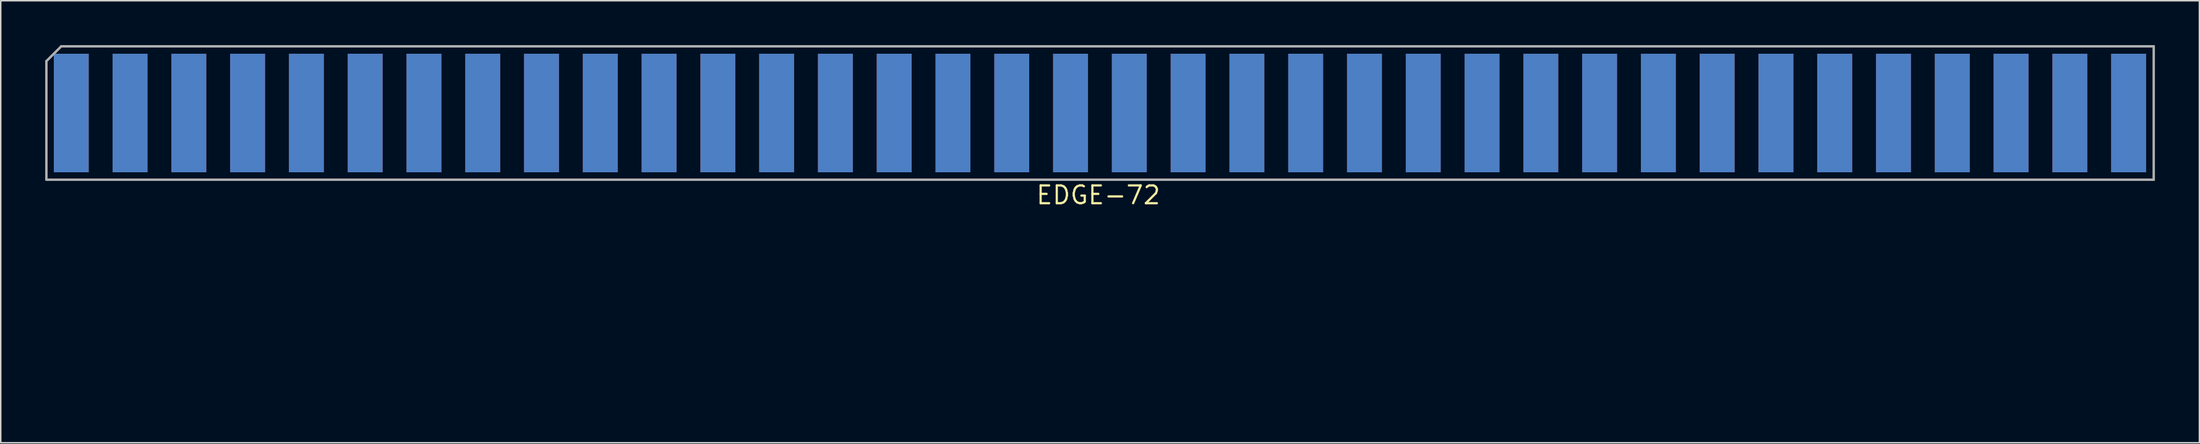
<source format=kicad_pcb>
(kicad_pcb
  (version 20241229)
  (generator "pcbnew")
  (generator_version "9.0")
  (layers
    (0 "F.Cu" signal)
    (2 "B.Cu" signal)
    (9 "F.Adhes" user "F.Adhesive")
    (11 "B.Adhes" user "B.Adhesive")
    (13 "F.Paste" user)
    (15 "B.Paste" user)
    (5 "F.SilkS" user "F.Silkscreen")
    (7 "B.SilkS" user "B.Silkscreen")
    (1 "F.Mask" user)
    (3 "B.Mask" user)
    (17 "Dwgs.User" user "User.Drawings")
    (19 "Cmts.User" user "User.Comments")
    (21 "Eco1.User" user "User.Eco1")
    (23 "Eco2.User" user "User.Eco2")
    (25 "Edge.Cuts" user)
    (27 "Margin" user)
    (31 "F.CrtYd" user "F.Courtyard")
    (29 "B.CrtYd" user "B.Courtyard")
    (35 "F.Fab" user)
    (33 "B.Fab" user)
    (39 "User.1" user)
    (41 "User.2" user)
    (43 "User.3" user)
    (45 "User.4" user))
  (footprint "EDGE-72"
    (layer "F.Cu")
    (at 56.21 23.575)
    (property "Reference" "EDGE-72" (at 14.732 -13.462 0) (layer "F.SilkS") (effects (font (size 1.2 1.2) (thickness 0.15))))
    (attr through_hole)
    (fp_line (start -56.135 -22.5) (end -56.135 -14.5) (stroke (width 0.15) (type solid)) (layer "F.Fab"))
    (fp_line (start -56.135 -22.5) (end -56.135 -14.5) (stroke (width 0.15) (type solid)) (layer "F.Fab"))
    (fp_line (start -56.135 -14.5) (end 85.835 -14.5) (stroke (width 0.15) (type solid)) (layer "F.Fab"))
    (fp_line (start -56.135 -14.5) (end 85.835 -14.5) (stroke (width 0.15) (type solid)) (layer "F.Fab"))
    (fp_line (start -55.135 -23.5) (end -56.135 -22.5) (stroke (width 0.15) (type solid)) (layer "F.Fab"))
    (fp_line (start -55.135 -23.5) (end -56.135 -22.5) (stroke (width 0.15) (type solid)) (layer "F.Fab"))
    (fp_line (start 85.835 -23.5) (end -55.135 -23.5) (stroke (width 0.15) (type solid)) (layer "F.Fab"))
    (fp_line (start 85.835 -23.5) (end -55.135 -23.5) (stroke (width 0.15) (type solid)) (layer "F.Fab"))
    (fp_line (start 85.835 -14.5) (end 85.835 -23.5) (stroke (width 0.15) (type solid)) (layer "F.Fab"))
    (fp_line (start 85.835 -14.5) (end 85.835 -23.5) (stroke (width 0.15) (type solid)) (layer "F.Fab"))
    (pad "1" smd rect (at -54.46 -19) (size 2.35 8) (layers "B.Cu" "B.Mask" "B.Paste"))
    (pad "2" smd rect (at -50.5 -19) (size 2.35 8) (layers "B.Cu" "B.Mask" "B.Paste"))
    (pad "3" smd rect (at -46.54 -19) (size 2.35 8) (layers "B.Cu" "B.Mask" "B.Paste"))
    (pad "4" smd rect (at -42.58 -19) (size 2.35 8) (layers "B.Cu" "B.Mask" "B.Paste"))
    (pad "5" smd rect (at -38.62 -19) (size 2.35 8) (layers "B.Cu" "B.Mask" "B.Paste"))
    (pad "6" smd rect (at -34.66 -19) (size 2.35 8) (layers "B.Cu" "B.Mask" "B.Paste"))
    (pad "7" smd rect (at -30.7 -19) (size 2.35 8) (layers "B.Cu" "B.Mask" "B.Paste"))
    (pad "8" smd rect (at -26.74 -19) (size 2.35 8) (layers "B.Cu" "B.Mask" "B.Paste"))
    (pad "9" smd rect (at -22.78 -19) (size 2.35 8) (layers "B.Cu" "B.Mask" "B.Paste"))
    (pad "10" smd rect (at -18.82 -19) (size 2.35 8) (layers "B.Cu" "B.Mask" "B.Paste"))
    (pad "11" smd rect (at -14.86 -19) (size 2.35 8) (layers "B.Cu" "B.Mask" "B.Paste"))
    (pad "12" smd rect (at -10.9 -19) (size 2.35 8) (layers "B.Cu" "B.Mask" "B.Paste"))
    (pad "13" smd rect (at -6.94 -19) (size 2.35 8) (layers "B.Cu" "B.Mask" "B.Paste"))
    (pad "14" smd rect (at -2.98 -19) (size 2.35 8) (layers "B.Cu" "B.Mask" "B.Paste"))
    (pad "15" smd rect (at 0.98 -19) (size 2.35 8) (layers "B.Cu" "B.Mask" "B.Paste"))
    (pad "16" smd rect (at 4.94 -19) (size 2.35 8) (layers "B.Cu" "B.Mask" "B.Paste"))
    (pad "17" smd rect (at 8.9 -19) (size 2.35 8) (layers "B.Cu" "B.Mask" "B.Paste"))
    (pad "18" smd rect (at 12.86 -19) (size 2.35 8) (layers "B.Cu" "B.Mask" "B.Paste"))
    (pad "19" smd rect (at 16.82 -19) (size 2.35 8) (layers "B.Cu" "B.Mask" "B.Paste"))
    (pad "20" smd rect (at 20.78 -19) (size 2.35 8) (layers "B.Cu" "B.Mask" "B.Paste"))
    (pad "21" smd rect (at 24.74 -19) (size 2.35 8) (layers "B.Cu" "B.Mask" "B.Paste"))
    (pad "22" smd rect (at 28.7 -19) (size 2.35 8) (layers "B.Cu" "B.Mask" "B.Paste"))
    (pad "23" smd rect (at 32.66 -19) (size 2.35 8) (layers "B.Cu" "B.Mask" "B.Paste"))
    (pad "24" smd rect (at 36.62 -19) (size 2.35 8) (layers "B.Cu" "B.Mask" "B.Paste"))
    (pad "25" smd rect (at 40.58 -19) (size 2.35 8) (layers "B.Cu" "B.Mask" "B.Paste"))
    (pad "26" smd rect (at 44.54 -19) (size 2.35 8) (layers "B.Cu" "B.Mask" "B.Paste"))
    (pad "27" smd rect (at 48.5 -19) (size 2.35 8) (layers "B.Cu" "B.Mask" "B.Paste"))
    (pad "28" smd rect (at 52.46 -19) (size 2.35 8) (layers "B.Cu" "B.Mask" "B.Paste"))
    (pad "29" smd rect (at 56.42 -19) (size 2.35 8) (layers "B.Cu" "B.Mask" "B.Paste"))
    (pad "30" smd rect (at 60.38 -19) (size 2.35 8) (layers "B.Cu" "B.Mask" "B.Paste"))
    (pad "31" smd rect (at 64.34 -19) (size 2.35 8) (layers "B.Cu" "B.Mask" "B.Paste"))
    (pad "32" smd rect (at 68.3 -19) (size 2.35 8) (layers "B.Cu" "B.Mask" "B.Paste"))
    (pad "33" smd rect (at 72.26 -19) (size 2.35 8) (layers "B.Cu" "B.Mask" "B.Paste"))
    (pad "34" smd rect (at 76.22 -19) (size 2.35 8) (layers "B.Cu" "B.Mask" "B.Paste"))
    (pad "35" smd rect (at 80.18 -19) (size 2.35 8) (layers "B.Cu" "B.Mask" "B.Paste"))
    (pad "36" smd rect (at 84.14 -19) (size 2.35 8) (layers "B.Cu" "B.Mask" "B.Paste"))
    (pad "A" smd rect (at -54.46 -19) (size 2.35 8) (layers "F.Cu" "F.Mask" "F.Paste"))
    (pad "AA" smd rect (at 32.66 -19) (size 2.35 8) (layers "F.Cu" "F.Mask" "F.Paste"))
    (pad "B" smd rect (at -50.5 -19) (size 2.35 8) (layers "F.Cu" "F.Mask" "F.Paste"))
    (pad "BB" smd rect (at 36.62 -19) (size 2.35 8) (layers "F.Cu" "F.Mask" "F.Paste"))
    (pad "C" smd rect (at -46.54 -19) (size 2.35 8) (layers "F.Cu" "F.Mask" "F.Paste"))
    (pad "CC" smd rect (at 40.58 -19) (size 2.35 8) (layers "F.Cu" "F.Mask" "F.Paste"))
    (pad "D" smd rect (at -42.58 -19) (size 2.35 8) (layers "F.Cu" "F.Mask" "F.Paste"))
    (pad "DD" smd rect (at 44.54 -19) (size 2.35 8) (layers "F.Cu" "F.Mask" "F.Paste"))
    (pad "E" smd rect (at -38.62 -19) (size 2.35 8) (layers "F.Cu" "F.Mask" "F.Paste"))
    (pad "EE" smd rect (at 48.5 -19) (size 2.35 8) (layers "F.Cu" "F.Mask" "F.Paste"))
    (pad "F" smd rect (at -34.66 -19) (size 2.35 8) (layers "F.Cu" "F.Mask" "F.Paste"))
    (pad "FF" smd rect (at 52.46 -19) (size 2.35 8) (layers "F.Cu" "F.Mask" "F.Paste"))
    (pad "H" smd rect (at -30.7 -19) (size 2.35 8) (layers "F.Cu" "F.Mask" "F.Paste"))
    (pad "HH" smd rect (at 56.42 -19) (size 2.35 8) (layers "F.Cu" "F.Mask" "F.Paste"))
    (pad "J" smd rect (at -26.74 -19) (size 2.35 8) (layers "F.Cu" "F.Mask" "F.Paste"))
    (pad "JJ" smd rect (at 60.38 -19) (size 2.35 8) (layers "F.Cu" "F.Mask" "F.Paste"))
    (pad "K" smd rect (at -22.78 -19) (size 2.35 8) (layers "F.Cu" "F.Mask" "F.Paste"))
    (pad "KK" smd rect (at 64.34 -19) (size 2.35 8) (layers "F.Cu" "F.Mask" "F.Paste"))
    (pad "L" smd rect (at -18.82 -19) (size 2.35 8) (layers "F.Cu" "F.Mask" "F.Paste"))
    (pad "LL" smd rect (at 68.3 -19) (size 2.35 8) (layers "F.Cu" "F.Mask" "F.Paste"))
    (pad "M" smd rect (at -14.86 -19) (size 2.35 8) (layers "F.Cu" "F.Mask" "F.Paste"))
    (pad "MM" smd rect (at 72.26 -19) (size 2.35 8) (layers "F.Cu" "F.Mask" "F.Paste"))
    (pad "N" smd rect (at -10.9 -19) (size 2.35 8) (layers "F.Cu" "F.Mask" "F.Paste"))
    (pad "NN" smd rect (at 76.22 -19) (size 2.35 8) (layers "F.Cu" "F.Mask" "F.Paste"))
    (pad "P" smd rect (at -6.94 -19) (size 2.35 8) (layers "F.Cu" "F.Mask" "F.Paste"))
    (pad "PP" smd rect (at 80.18 -19) (size 2.35 8) (layers "F.Cu" "F.Mask" "F.Paste"))
    (pad "R" smd rect (at -2.98 -19) (size 2.35 8) (layers "F.Cu" "F.Mask" "F.Paste"))
    (pad "RR" smd rect (at 84.14 -19) (size 2.35 8) (layers "F.Cu" "F.Mask" "F.Paste"))
    (pad "S" smd rect (at 0.98 -19) (size 2.35 8) (layers "F.Cu" "F.Mask" "F.Paste"))
    (pad "T" smd rect (at 4.94 -19) (size 2.35 8) (layers "F.Cu" "F.Mask" "F.Paste"))
    (pad "U" smd rect (at 8.9 -19) (size 2.35 8) (layers "F.Cu" "F.Mask" "F.Paste"))
    (pad "V" smd rect (at 12.86 -19) (size 2.35 8) (layers "F.Cu" "F.Mask" "F.Paste"))
    (pad "W" smd rect (at 16.82 -19) (size 2.35 8) (layers "F.Cu" "F.Mask" "F.Paste"))
    (pad "X" smd rect (at 20.78 -19) (size 2.35 8) (layers "F.Cu" "F.Mask" "F.Paste"))
    (pad "Y" smd rect (at 24.74 -19) (size 2.35 8) (layers "F.Cu" "F.Mask" "F.Paste"))
    (pad "Z" smd rect (at 28.7 -19) (size 2.35 8) (layers "F.Cu" "F.Mask" "F.Paste")))
  (gr_rect
    (start -3 -3)
    (end 145.12 26.825)
    (stroke (width 0.1) (type default))
    (fill no)
    (layer "Edge.Cuts")))
</source>
